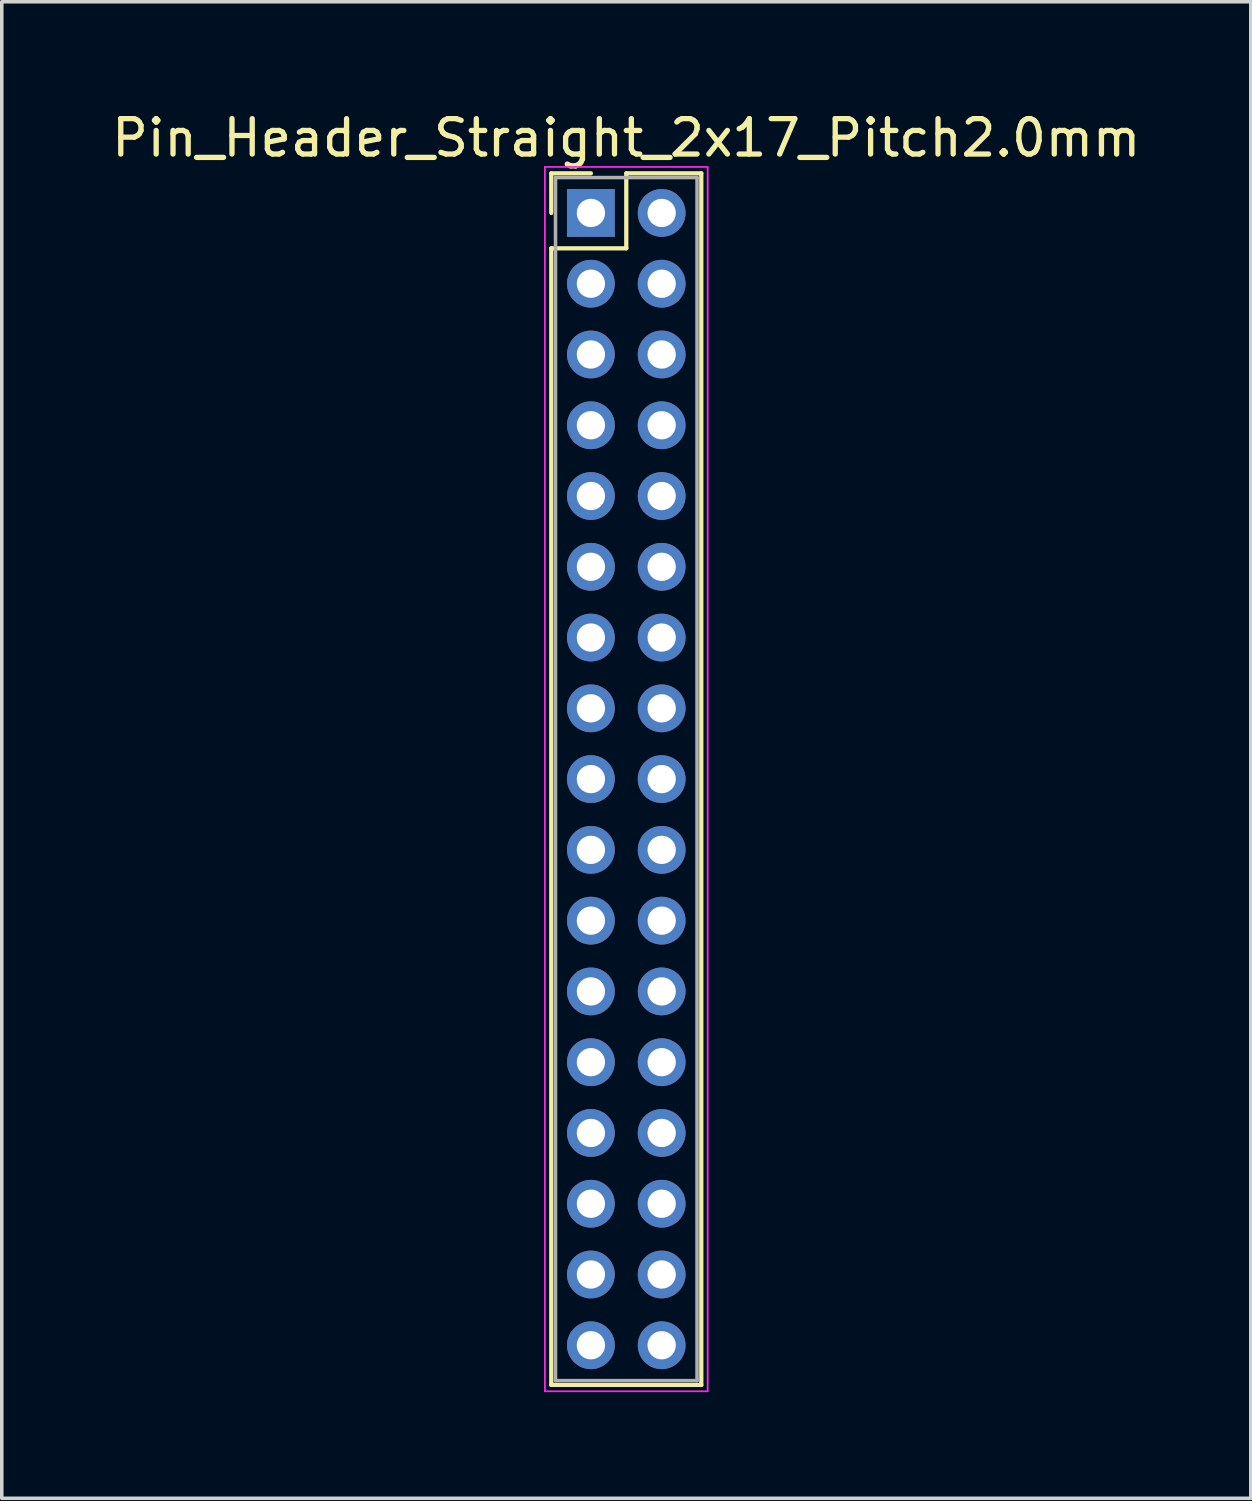
<source format=kicad_pcb>
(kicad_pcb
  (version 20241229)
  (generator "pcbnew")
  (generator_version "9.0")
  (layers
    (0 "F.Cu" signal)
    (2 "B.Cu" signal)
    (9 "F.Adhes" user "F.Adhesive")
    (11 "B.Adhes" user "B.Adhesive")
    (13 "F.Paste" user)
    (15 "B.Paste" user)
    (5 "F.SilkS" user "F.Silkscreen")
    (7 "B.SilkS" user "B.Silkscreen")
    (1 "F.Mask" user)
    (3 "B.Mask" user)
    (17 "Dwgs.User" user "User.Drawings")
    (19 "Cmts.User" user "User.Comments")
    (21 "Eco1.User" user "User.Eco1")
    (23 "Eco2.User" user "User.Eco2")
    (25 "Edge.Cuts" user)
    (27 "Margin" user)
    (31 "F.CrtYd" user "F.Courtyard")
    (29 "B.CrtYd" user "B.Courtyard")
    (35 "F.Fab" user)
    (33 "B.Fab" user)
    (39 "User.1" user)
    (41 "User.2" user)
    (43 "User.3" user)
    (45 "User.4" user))
  (footprint "Pin_Header_Straight_2x17_Pitch2.0mm"
    (layer "F.Cu")
    (at 13.649 2.968)
    (property "Reference" "Pin_Header_Straight_2x17_Pitch2.0mm" (at 1 -2.12 0) (layer "F.SilkS") (effects (font (size 1 1) (thickness 0.15))))
    (attr through_hole)
    (fp_line (start -1.12 -1.12) (end 0 -1.12) (stroke (width 0.12) (type solid)) (layer "F.SilkS"))
    (fp_line (start -1.12 0) (end -1.12 -1.12) (stroke (width 0.12) (type solid)) (layer "F.SilkS"))
    (fp_line (start -1.12 1) (end -1.12 33.12) (stroke (width 0.12) (type solid)) (layer "F.SilkS"))
    (fp_line (start -1.12 33.12) (end 3.12 33.12) (stroke (width 0.12) (type solid)) (layer "F.SilkS"))
    (fp_line (start 1 -1.12) (end 1 1) (stroke (width 0.12) (type solid)) (layer "F.SilkS"))
    (fp_line (start 1 1) (end -1.12 1) (stroke (width 0.12) (type solid)) (layer "F.SilkS"))
    (fp_line (start 3.12 -1.12) (end 1 -1.12) (stroke (width 0.12) (type solid)) (layer "F.SilkS"))
    (fp_line (start 3.12 33.12) (end 3.12 -1.12) (stroke (width 0.12) (type solid)) (layer "F.SilkS"))
    (fp_line (start -1.3 -1.3) (end -1.3 33.3) (stroke (width 0.05) (type solid)) (layer "F.CrtYd"))
    (fp_line (start -1.3 33.3) (end 3.3 33.3) (stroke (width 0.05) (type solid)) (layer "F.CrtYd"))
    (fp_line (start 3.3 -1.3) (end -1.3 -1.3) (stroke (width 0.05) (type solid)) (layer "F.CrtYd"))
    (fp_line (start 3.3 33.3) (end 3.3 -1.3) (stroke (width 0.05) (type solid)) (layer "F.CrtYd"))
    (fp_line (start -1 -1) (end -1 33) (stroke (width 0.1) (type solid)) (layer "F.Fab"))
    (fp_line (start -1 33) (end 3 33) (stroke (width 0.1) (type solid)) (layer "F.Fab"))
    (fp_line (start 3 -1) (end -1 -1) (stroke (width 0.1) (type solid)) (layer "F.Fab"))
    (fp_line (start 3 33) (end 3 -1) (stroke (width 0.1) (type solid)) (layer "F.Fab"))
    (pad "1" thru_hole rect (at 0 0) (size 1.35 1.35) (drill 0.8) (layers "*.Cu" "*.Mask"))
    (pad "2" thru_hole oval (at 2 0) (size 1.35 1.35) (drill 0.8) (layers "*.Cu" "*.Mask"))
    (pad "3" thru_hole oval (at 0 2) (size 1.35 1.35) (drill 0.8) (layers "*.Cu" "*.Mask"))
    (pad "4" thru_hole oval (at 2 2) (size 1.35 1.35) (drill 0.8) (layers "*.Cu" "*.Mask"))
    (pad "5" thru_hole oval (at 0 4) (size 1.35 1.35) (drill 0.8) (layers "*.Cu" "*.Mask"))
    (pad "6" thru_hole oval (at 2 4) (size 1.35 1.35) (drill 0.8) (layers "*.Cu" "*.Mask"))
    (pad "7" thru_hole oval (at 0 6) (size 1.35 1.35) (drill 0.8) (layers "*.Cu" "*.Mask"))
    (pad "8" thru_hole oval (at 2 6) (size 1.35 1.35) (drill 0.8) (layers "*.Cu" "*.Mask"))
    (pad "9" thru_hole oval (at 0 8) (size 1.35 1.35) (drill 0.8) (layers "*.Cu" "*.Mask"))
    (pad "10" thru_hole oval (at 2 8) (size 1.35 1.35) (drill 0.8) (layers "*.Cu" "*.Mask"))
    (pad "11" thru_hole oval (at 0 10) (size 1.35 1.35) (drill 0.8) (layers "*.Cu" "*.Mask"))
    (pad "12" thru_hole oval (at 2 10) (size 1.35 1.35) (drill 0.8) (layers "*.Cu" "*.Mask"))
    (pad "13" thru_hole oval (at 0 12) (size 1.35 1.35) (drill 0.8) (layers "*.Cu" "*.Mask"))
    (pad "14" thru_hole oval (at 2 12) (size 1.35 1.35) (drill 0.8) (layers "*.Cu" "*.Mask"))
    (pad "15" thru_hole oval (at 0 14) (size 1.35 1.35) (drill 0.8) (layers "*.Cu" "*.Mask"))
    (pad "16" thru_hole oval (at 2 14) (size 1.35 1.35) (drill 0.8) (layers "*.Cu" "*.Mask"))
    (pad "17" thru_hole oval (at 0 16) (size 1.35 1.35) (drill 0.8) (layers "*.Cu" "*.Mask"))
    (pad "18" thru_hole oval (at 2 16) (size 1.35 1.35) (drill 0.8) (layers "*.Cu" "*.Mask"))
    (pad "19" thru_hole oval (at 0 18) (size 1.35 1.35) (drill 0.8) (layers "*.Cu" "*.Mask"))
    (pad "20" thru_hole oval (at 2 18) (size 1.35 1.35) (drill 0.8) (layers "*.Cu" "*.Mask"))
    (pad "21" thru_hole oval (at 0 20) (size 1.35 1.35) (drill 0.8) (layers "*.Cu" "*.Mask"))
    (pad "22" thru_hole oval (at 2 20) (size 1.35 1.35) (drill 0.8) (layers "*.Cu" "*.Mask"))
    (pad "23" thru_hole oval (at 0 22) (size 1.35 1.35) (drill 0.8) (layers "*.Cu" "*.Mask"))
    (pad "24" thru_hole oval (at 2 22) (size 1.35 1.35) (drill 0.8) (layers "*.Cu" "*.Mask"))
    (pad "25" thru_hole oval (at 0 24) (size 1.35 1.35) (drill 0.8) (layers "*.Cu" "*.Mask"))
    (pad "26" thru_hole oval (at 2 24) (size 1.35 1.35) (drill 0.8) (layers "*.Cu" "*.Mask"))
    (pad "27" thru_hole oval (at 0 26) (size 1.35 1.35) (drill 0.8) (layers "*.Cu" "*.Mask"))
    (pad "28" thru_hole oval (at 2 26) (size 1.35 1.35) (drill 0.8) (layers "*.Cu" "*.Mask"))
    (pad "29" thru_hole oval (at 0 28) (size 1.35 1.35) (drill 0.8) (layers "*.Cu" "*.Mask"))
    (pad "30" thru_hole oval (at 2 28) (size 1.35 1.35) (drill 0.8) (layers "*.Cu" "*.Mask"))
    (pad "31" thru_hole oval (at 0 30) (size 1.35 1.35) (drill 0.8) (layers "*.Cu" "*.Mask"))
    (pad "32" thru_hole oval (at 2 30) (size 1.35 1.35) (drill 0.8) (layers "*.Cu" "*.Mask"))
    (pad "33" thru_hole oval (at 0 32) (size 1.35 1.35) (drill 0.8) (layers "*.Cu" "*.Mask"))
    (pad "34" thru_hole oval (at 2 32) (size 1.35 1.35) (drill 0.8) (layers "*.Cu" "*.Mask")))
  (gr_rect
    (start -3 -3)
    (end 32.298 39.293)
    (stroke (width 0.1) (type default))
    (fill no)
    (layer "Edge.Cuts")))
</source>
